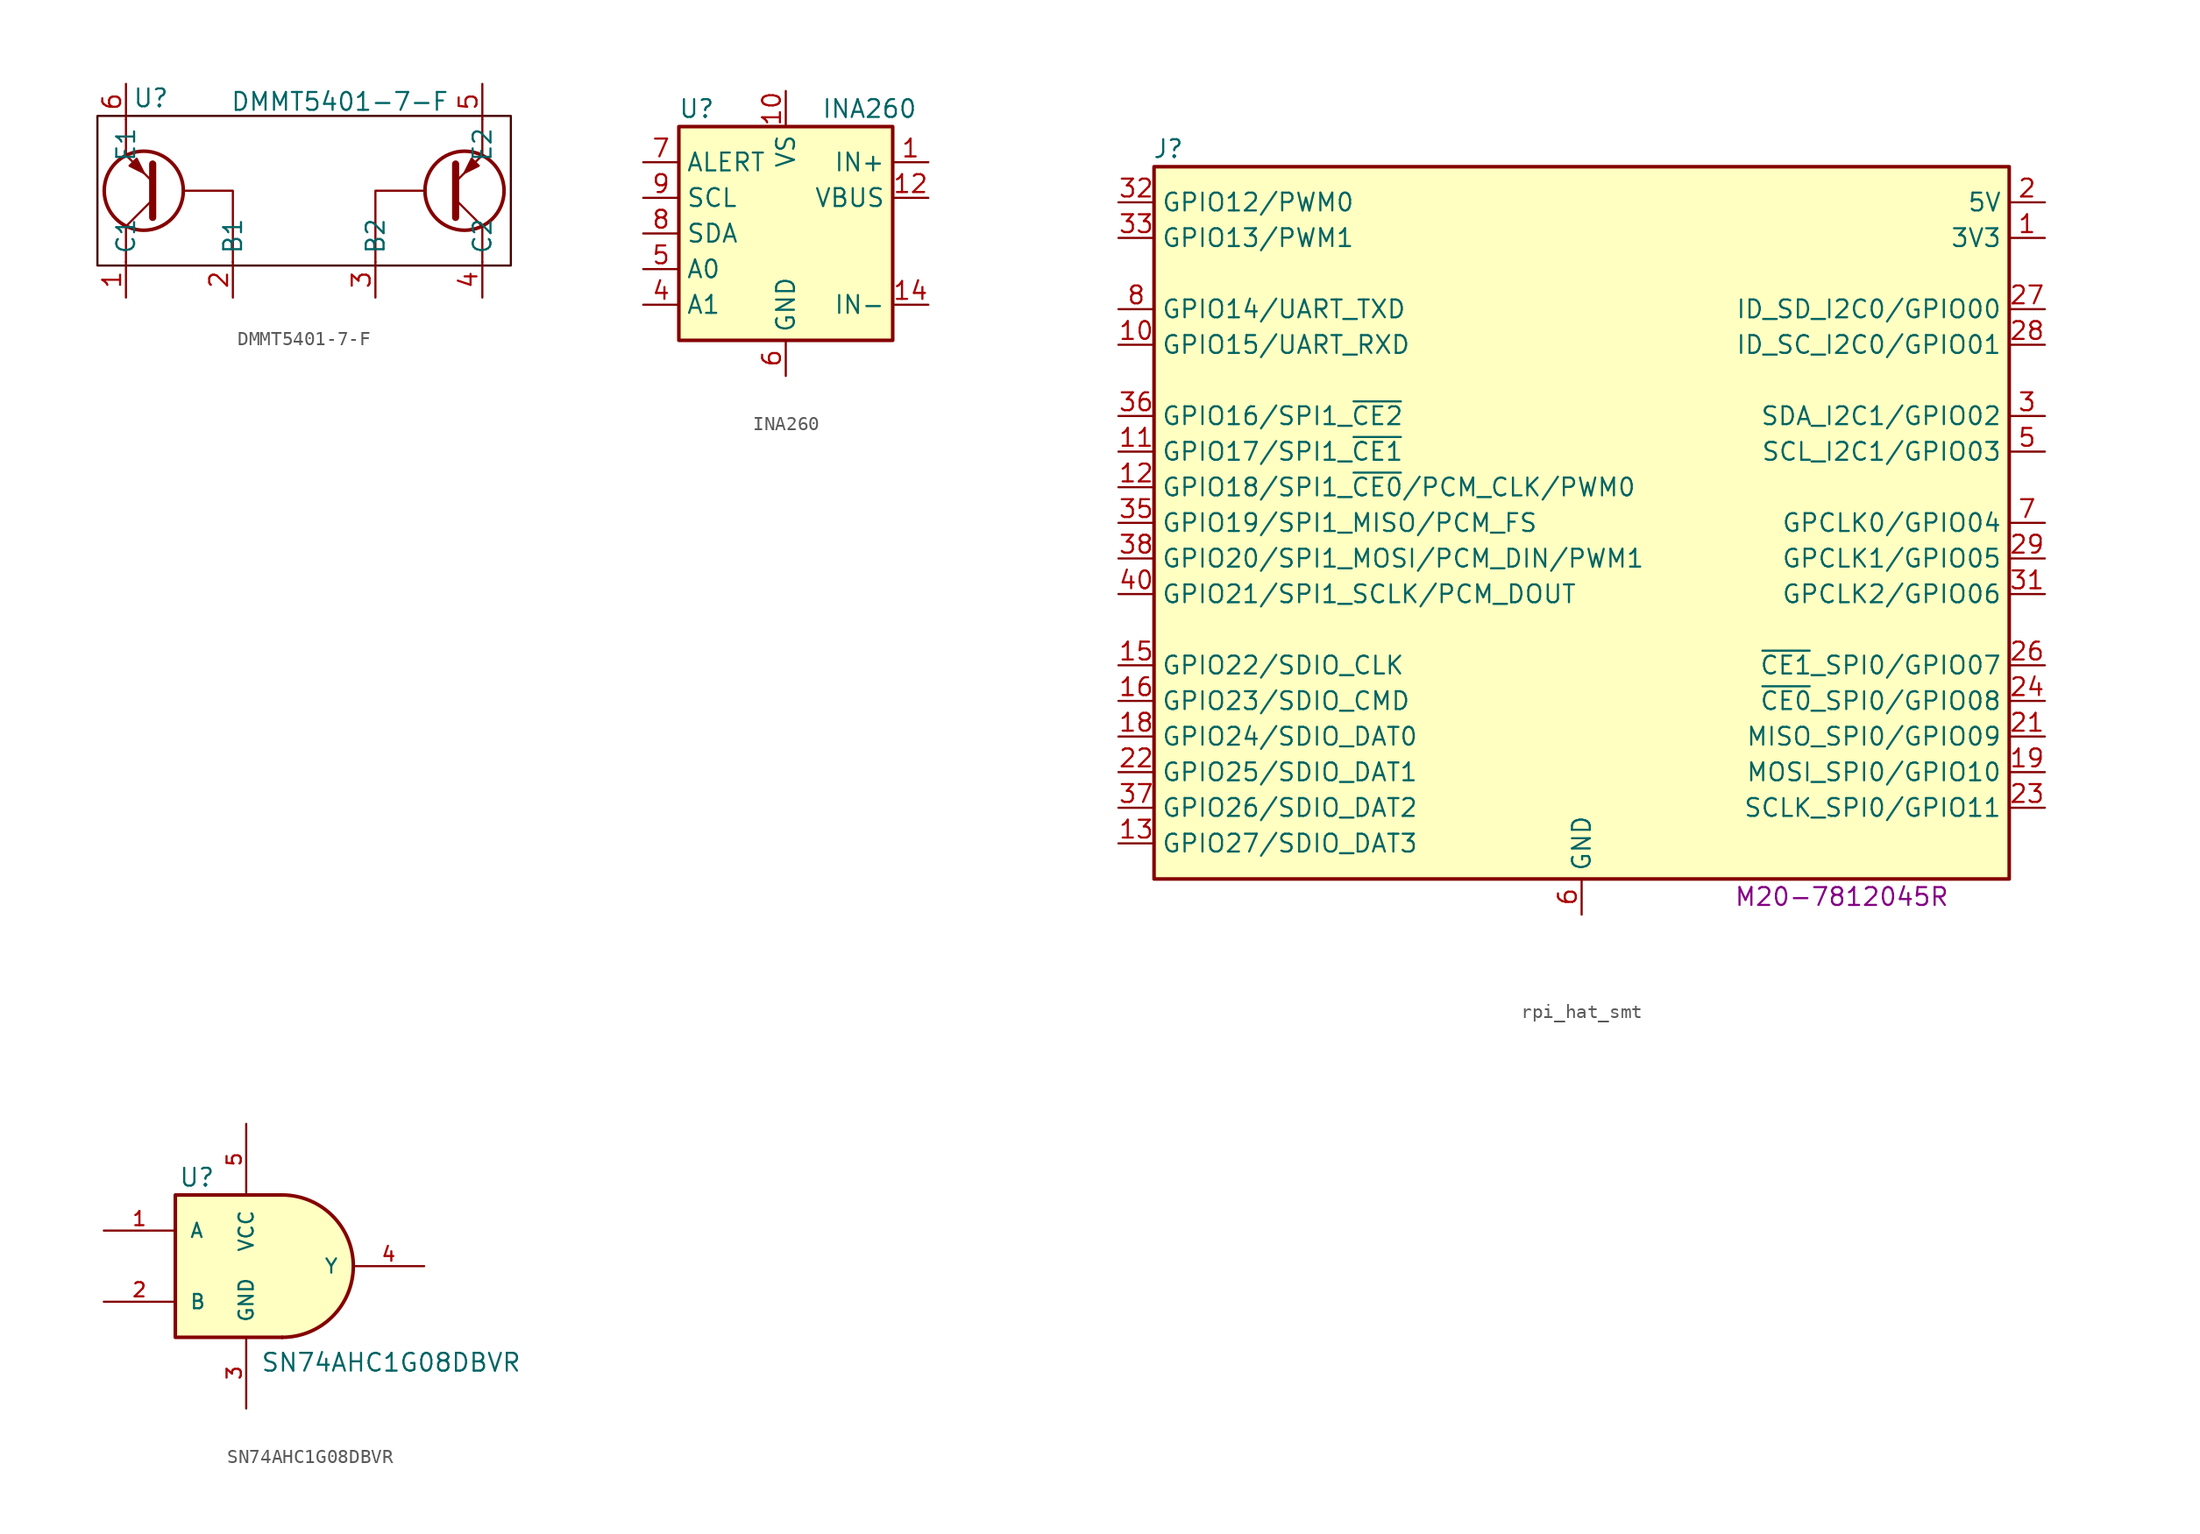
<source format=kicad_sym>
(kicad_symbol_lib
  (version 20231120)
  (generator "kicad_symbol_editor")
  (generator_version "8.0")
  (symbol "DMMT5401-7-F"
    (property "Reference" "U"
      (at -10.922 6.604 0)
      (effects (font (size 1.27 1.27))))
    (property "Value" "DMMT5401-7-F"
      (at 2.54 6.35 0)
      (effects (font (size 1.27 1.27))))
    (symbol "DMMT5401-7-F_0_1"
      (circle (center -11.43 0) (radius 2.819) (stroke (width 0.254) (type default)) (fill (type none)))
      (polyline (pts (xy -10.795 -0.635) (xy -12.7 -2.54)) (stroke (width 0) (type default)) (fill (type none)))
      (polyline (pts (xy 10.795 -0.635) (xy 12.7 -2.54)) (stroke (width 0) (type default)) (fill (type none)))
      (polyline (pts (xy -12.7 -2.54) (xy -12.7 -5.08) (xy -12.7 -5.08)) (stroke (width 0) (type default)) (fill (type none)))
      (polyline (pts (xy -12.7 2.54) (xy -12.7 5.08) (xy -12.7 5.08)) (stroke (width 0) (type default)) (fill (type none)))
      (polyline (pts (xy -10.795 -1.905) (xy -10.795 1.905) (xy -10.795 1.905)) (stroke (width 0.508) (type default)) (fill (type none)))
      (polyline (pts (xy -10.795 0.635) (xy -12.7 2.54) (xy -12.7 2.54)) (stroke (width 0) (type default)) (fill (type none)))
      (polyline (pts (xy -8.636 0) (xy -5.08 0) (xy -5.08 -5.08)) (stroke (width 0) (type default)) (fill (type none)))
      (polyline (pts (xy 8.636 0) (xy 5.08 0) (xy 5.08 -5.08)) (stroke (width 0) (type default)) (fill (type none)))
      (polyline (pts (xy 10.795 -1.905) (xy 10.795 1.905) (xy 10.795 1.905)) (stroke (width 0.508) (type default)) (fill (type none)))
      (polyline (pts (xy 10.795 0.635) (xy 12.7 2.54) (xy 12.7 2.54)) (stroke (width 0) (type default)) (fill (type none)))
      (polyline (pts (xy 12.7 -2.54) (xy 12.7 -5.08) (xy 12.7 -5.08)) (stroke (width 0) (type default)) (fill (type none)))
      (polyline (pts (xy 12.7 2.54) (xy 12.7 5.08) (xy 12.7 5.08)) (stroke (width 0) (type default)) (fill (type none)))
      (polyline (pts (xy -12.446 1.778) (xy -11.938 2.286) (xy -11.43 1.27) (xy -12.446 1.778) (xy -12.446 1.778)) (stroke (width 0) (type default)) (fill (type outline)))
      (polyline (pts (xy 12.446 1.778) (xy 11.938 2.286) (xy 11.43 1.27) (xy 12.446 1.778) (xy 12.446 1.778)) (stroke (width 0) (type default)) (fill (type outline)))
      (circle (center 11.43 0) (radius 2.819) (stroke (width 0.254) (type default)) (fill (type none))))
    (symbol "DMMT5401-7-F_1_1"
      (rectangle (start -14.732 5.334) (end 14.732 -5.334) (stroke (width 0) (type default) (color 72 0 0 1)) (fill (type none)))
      (pin passive line (at -12.7 -7.62 90) (length 2.54) (name "C1" (effects (font (size 1.27 1.27)))) (number "1" (effects (font (size 1.27 1.27)))))
      (pin passive line (at -5.08 -7.62 90) (length 2.54) (name "B1" (effects (font (size 1.27 1.27)))) (number "2" (effects (font (size 1.27 1.27)))))
      (pin passive line (at 5.08 -7.62 90) (length 2.54) (name "B2" (effects (font (size 1.27 1.27)))) (number "3" (effects (font (size 1.27 1.27)))))
      (pin passive line (at 12.7 -7.62 90) (length 2.54) (name "C2" (effects (font (size 1.27 1.27)))) (number "4" (effects (font (size 1.27 1.27)))))
      (pin passive line (at 12.7 7.62 270) (length 2.54) (name "E2" (effects (font (size 1.27 1.27)))) (number "5" (effects (font (size 1.27 1.27)))))
      (pin passive line (at -12.7 7.62 270) (length 2.54) (name "E1" (effects (font (size 1.27 1.27)))) (number "6" (effects (font (size 1.27 1.27)))))))
  (symbol "INA260"
    (property "Reference" "U"
      (at -6.35 8.89 0)
      (effects (font (size 1.27 1.27))))
    (property "Value" "INA260"
      (at 2.54 8.89 0)
      (effects (font (size 1.27 1.27)) (justify left)))
    (symbol "INA260_0_1"
      (rectangle (start -7.62 7.62) (end 7.62 -7.62) (stroke (width 0.254) (type default)) (fill (type background))))
    (symbol "INA260_1_1"
      (pin passive line (at 10.16 5.08 180) (length 2.54) (name "IN+" (effects (font (size 1.27 1.27)))) (number "1" (effects (font (size 1.27 1.27)))))
      (pin power_in line (at 0 10.16 270) (length 2.54) (name "VS" (effects (font (size 1.27 1.27)))) (number "10" (effects (font (size 1.27 1.27)))))
      (pin passive line (at 0 -10.16 90) (length 2.54) hide (name "GND" (effects (font (size 1.27 1.27)))) (number "11" (effects (font (size 1.27 1.27)))))
      (pin passive line (at 10.16 2.54 180) (length 2.54) (name "VBUS" (effects (font (size 1.27 1.27)))) (number "12" (effects (font (size 1.27 1.27)))))
      (pin no_connect line (at 2.54 -10.16 90) (length 2.54) hide (name "NC" (effects (font (size 1.27 1.27)))) (number "13" (effects (font (size 1.27 1.27)))))
      (pin passive line (at 10.16 -5.08 180) (length 2.54) (name "IN-" (effects (font (size 1.27 1.27)))) (number "14" (effects (font (size 1.27 1.27)))))
      (pin passive line (at 10.16 -5.08 180) (length 2.54) hide (name "IN-" (effects (font (size 1.27 1.27)))) (number "15" (effects (font (size 1.27 1.27)))))
      (pin passive line (at 10.16 -5.08 180) (length 2.54) hide (name "IN-" (effects (font (size 1.27 1.27)))) (number "16" (effects (font (size 1.27 1.27)))))
      (pin passive line (at 10.16 5.08 180) (length 2.54) hide (name "IN+" (effects (font (size 1.27 1.27)))) (number "2" (effects (font (size 1.27 1.27)))))
      (pin passive line (at 10.16 5.08 180) (length 2.54) hide (name "IN+" (effects (font (size 1.27 1.27)))) (number "3" (effects (font (size 1.27 1.27)))))
      (pin input line (at -10.16 -5.08 0) (length 2.54) (name "A1" (effects (font (size 1.27 1.27)))) (number "4" (effects (font (size 1.27 1.27)))))
      (pin input line (at -10.16 -2.54 0) (length 2.54) (name "A0" (effects (font (size 1.27 1.27)))) (number "5" (effects (font (size 1.27 1.27)))))
      (pin power_in line (at 0 -10.16 90) (length 2.54) (name "GND" (effects (font (size 1.27 1.27)))) (number "6" (effects (font (size 1.27 1.27)))))
      (pin open_collector line (at -10.16 5.08 0) (length 2.54) (name "ALERT" (effects (font (size 1.27 1.27)))) (number "7" (effects (font (size 1.27 1.27)))))
      (pin bidirectional line (at -10.16 0 0) (length 2.54) (name "SDA" (effects (font (size 1.27 1.27)))) (number "8" (effects (font (size 1.27 1.27)))))
      (pin input line (at -10.16 2.54 0) (length 2.54) (name "SCL" (effects (font (size 1.27 1.27)))) (number "9" (effects (font (size 1.27 1.27)))))))
  (symbol "rpi_hat_smt"
    (property "Reference" "J"
      (at -29.464 25.4 0)
      (effects (font (size 1.27 1.27))))
    (property "mpn" "M20-7812045R"
      (at 18.542 -27.94 0)
      (effects (font (size 1.27 1.27))))
    (symbol "rpi_hat_smt_0_1"
      (rectangle (start -30.48 24.13) (end 30.48 -26.67) (stroke (width 0.254) (type default)) (fill (type background))))
    (symbol "rpi_hat_smt_1_1"
      (pin power_out line (at 33.02 19.05 180) (length 2.54) (name "3V3" (effects (font (size 1.27 1.27)))) (number "1" (effects (font (size 1.27 1.27)))))
      (pin bidirectional line (at -33.02 11.43 0) (length 2.54) (name "GPIO15/UART_RXD" (effects (font (size 1.27 1.27)))) (number "10" (effects (font (size 1.27 1.27)))))
      (pin bidirectional line (at -33.02 3.81 0) (length 2.54) (name "GPIO17/SPI1_~{CE1}" (effects (font (size 1.27 1.27)))) (number "11" (effects (font (size 1.27 1.27)))))
      (pin bidirectional line (at -33.02 1.27 0) (length 2.54) (name "GPIO18/SPI1_~{CE0}/PCM_CLK/PWM0" (effects (font (size 1.27 1.27)))) (number "12" (effects (font (size 1.27 1.27)))))
      (pin bidirectional line (at -33.02 -24.13 0) (length 2.54) (name "GPIO27/SDIO_DAT3" (effects (font (size 1.27 1.27)))) (number "13" (effects (font (size 1.27 1.27)))))
      (pin passive line (at 0 -29.21 90) (length 2.54) hide (name "GND" (effects (font (size 1.27 1.27)))) (number "14" (effects (font (size 1.27 1.27)))))
      (pin bidirectional line (at -33.02 -11.43 0) (length 2.54) (name "GPIO22/SDIO_CLK" (effects (font (size 1.27 1.27)))) (number "15" (effects (font (size 1.27 1.27)))))
      (pin bidirectional line (at -33.02 -13.97 0) (length 2.54) (name "GPIO23/SDIO_CMD" (effects (font (size 1.27 1.27)))) (number "16" (effects (font (size 1.27 1.27)))))
      (pin passive line (at 33.02 19.05 180) (length 2.54) hide (name "3V3" (effects (font (size 1.27 1.27)))) (number "17" (effects (font (size 1.27 1.27)))))
      (pin bidirectional line (at -33.02 -16.51 0) (length 2.54) (name "GPIO24/SDIO_DAT0" (effects (font (size 1.27 1.27)))) (number "18" (effects (font (size 1.27 1.27)))))
      (pin bidirectional line (at 33.02 -19.05 180) (length 2.54) (name "MOSI_SPI0/GPIO10" (effects (font (size 1.27 1.27)))) (number "19" (effects (font (size 1.27 1.27)))))
      (pin power_out line (at 33.02 21.59 180) (length 2.54) (name "5V" (effects (font (size 1.27 1.27)))) (number "2" (effects (font (size 1.27 1.27)))))
      (pin passive line (at 0 -29.21 90) (length 2.54) hide (name "GND" (effects (font (size 1.27 1.27)))) (number "20" (effects (font (size 1.27 1.27)))))
      (pin bidirectional line (at 33.02 -16.51 180) (length 2.54) (name "MISO_SPI0/GPIO09" (effects (font (size 1.27 1.27)))) (number "21" (effects (font (size 1.27 1.27)))))
      (pin bidirectional line (at -33.02 -19.05 0) (length 2.54) (name "GPIO25/SDIO_DAT1" (effects (font (size 1.27 1.27)))) (number "22" (effects (font (size 1.27 1.27)))))
      (pin bidirectional line (at 33.02 -21.59 180) (length 2.54) (name "SCLK_SPI0/GPIO11" (effects (font (size 1.27 1.27)))) (number "23" (effects (font (size 1.27 1.27)))))
      (pin bidirectional line (at 33.02 -13.97 180) (length 2.54) (name "~{CE0}_SPI0/GPIO08" (effects (font (size 1.27 1.27)))) (number "24" (effects (font (size 1.27 1.27)))))
      (pin passive line (at 0 -29.21 90) (length 2.54) hide (name "GND" (effects (font (size 1.27 1.27)))) (number "25" (effects (font (size 1.27 1.27)))))
      (pin bidirectional line (at 33.02 -11.43 180) (length 2.54) (name "~{CE1}_SPI0/GPIO07" (effects (font (size 1.27 1.27)))) (number "26" (effects (font (size 1.27 1.27)))))
      (pin bidirectional line (at 33.02 13.97 180) (length 2.54) (name "ID_SD_I2C0/GPIO00" (effects (font (size 1.27 1.27)))) (number "27" (effects (font (size 1.27 1.27)))))
      (pin bidirectional line (at 33.02 11.43 180) (length 2.54) (name "ID_SC_I2C0/GPIO01" (effects (font (size 1.27 1.27)))) (number "28" (effects (font (size 1.27 1.27)))))
      (pin bidirectional line (at 33.02 -3.81 180) (length 2.54) (name "GPCLK1/GPIO05" (effects (font (size 1.27 1.27)))) (number "29" (effects (font (size 1.27 1.27)))))
      (pin bidirectional line (at 33.02 6.35 180) (length 2.54) (name "SDA_I2C1/GPIO02" (effects (font (size 1.27 1.27)))) (number "3" (effects (font (size 1.27 1.27)))))
      (pin passive line (at 0 -29.21 90) (length 2.54) hide (name "GND" (effects (font (size 1.27 1.27)))) (number "30" (effects (font (size 1.27 1.27)))))
      (pin bidirectional line (at 33.02 -6.35 180) (length 2.54) (name "GPCLK2/GPIO06" (effects (font (size 1.27 1.27)))) (number "31" (effects (font (size 1.27 1.27)))))
      (pin bidirectional line (at -33.02 21.59 0) (length 2.54) (name "GPIO12/PWM0" (effects (font (size 1.27 1.27)))) (number "32" (effects (font (size 1.27 1.27)))))
      (pin bidirectional line (at -33.02 19.05 0) (length 2.54) (name "GPIO13/PWM1" (effects (font (size 1.27 1.27)))) (number "33" (effects (font (size 1.27 1.27)))))
      (pin passive line (at 0 -29.21 90) (length 2.54) hide (name "GND" (effects (font (size 1.27 1.27)))) (number "34" (effects (font (size 1.27 1.27)))))
      (pin bidirectional line (at -33.02 -1.27 0) (length 2.54) (name "GPIO19/SPI1_MISO/PCM_FS" (effects (font (size 1.27 1.27)))) (number "35" (effects (font (size 1.27 1.27)))))
      (pin bidirectional line (at -33.02 6.35 0) (length 2.54) (name "GPIO16/SPI1_~{CE2}" (effects (font (size 1.27 1.27)))) (number "36" (effects (font (size 1.27 1.27)))))
      (pin bidirectional line (at -33.02 -21.59 0) (length 2.54) (name "GPIO26/SDIO_DAT2" (effects (font (size 1.27 1.27)))) (number "37" (effects (font (size 1.27 1.27)))))
      (pin bidirectional line (at -33.02 -3.81 0) (length 2.54) (name "GPIO20/SPI1_MOSI/PCM_DIN/PWM1" (effects (font (size 1.27 1.27)))) (number "38" (effects (font (size 1.27 1.27)))))
      (pin passive line (at 0 -29.21 90) (length 2.54) hide (name "GND" (effects (font (size 1.27 1.27)))) (number "39" (effects (font (size 1.27 1.27)))))
      (pin passive line (at 33.02 21.59 180) (length 2.54) hide (name "5V" (effects (font (size 1.27 1.27)))) (number "4" (effects (font (size 1.27 1.27)))))
      (pin bidirectional line (at -33.02 -6.35 0) (length 2.54) (name "GPIO21/SPI1_SCLK/PCM_DOUT" (effects (font (size 1.27 1.27)))) (number "40" (effects (font (size 1.27 1.27)))))
      (pin bidirectional line (at 33.02 3.81 180) (length 2.54) (name "SCL_I2C1/GPIO03" (effects (font (size 1.27 1.27)))) (number "5" (effects (font (size 1.27 1.27)))))
      (pin power_out line (at 0 -29.21 90) (length 2.54) (name "GND" (effects (font (size 1.27 1.27)))) (number "6" (effects (font (size 1.27 1.27)))))
      (pin bidirectional line (at 33.02 -1.27 180) (length 2.54) (name "GPCLK0/GPIO04" (effects (font (size 1.27 1.27)))) (number "7" (effects (font (size 1.27 1.27)))))
      (pin bidirectional line (at -33.02 13.97 0) (length 2.54) (name "GPIO14/UART_TXD" (effects (font (size 1.27 1.27)))) (number "8" (effects (font (size 1.27 1.27)))))
      (pin passive line (at 0 -29.21 90) (length 2.54) hide (name "GND" (effects (font (size 1.27 1.27)))) (number "9" (effects (font (size 1.27 1.27)))))))
  (symbol "SN74AHC1G08DBVR"
    (pin_names
      (offset 1.016))
    (property "Reference" "U"
      (at -7.366 5.588 0)
      (effects (font (size 1.27 1.27)) (justify left bottom)))
    (property "Value" "SN74AHC1G08DBVR"
      (at -1.524 -7.62 0)
      (effects (font (size 1.27 1.27)) (justify left bottom)))
    (symbol "SN74AHC1G08DBVR_0_0"
      (pin input line (at -12.7 2.54 0) (length 5.08) (name "A" (effects (font (size 1.016 1.016)))) (number "1" (effects (font (size 1.016 1.016)))))
      (pin input line (at -12.7 -2.54 0) (length 5.08) (name "B" (effects (font (size 1.016 1.016)))) (number "2" (effects (font (size 1.016 1.016)))))
      (pin power_in line (at -2.54 -10.16 90) (length 5.08) (name "GND" (effects (font (size 1.016 1.016)))) (number "3" (effects (font (size 1.016 1.016)))))
      (pin output line (at 10.16 0 180) (length 5.08) (name "Y" (effects (font (size 1.016 1.016)))) (number "4" (effects (font (size 1.016 1.016)))))
      (pin power_in line (at -2.54 10.16 270) (length 5.08) (name "VCC" (effects (font (size 1.016 1.016)))) (number "5" (effects (font (size 1.016 1.016))))))
    (symbol "SN74AHC1G08DBVR_0_1"
      (polyline (pts (xy 0.022 -5.08) (xy -7.598 -5.08) (xy -7.598 5.08) (xy 0.022 5.08)) (stroke (width 0.254) (type default)) (fill (type background)))
      (arc (start 0.0221 -5.08) (mid 5.08 0) (end 0.0221 5.08) (stroke (width 0.254) (type default)) (fill (type background))))))
</source>
